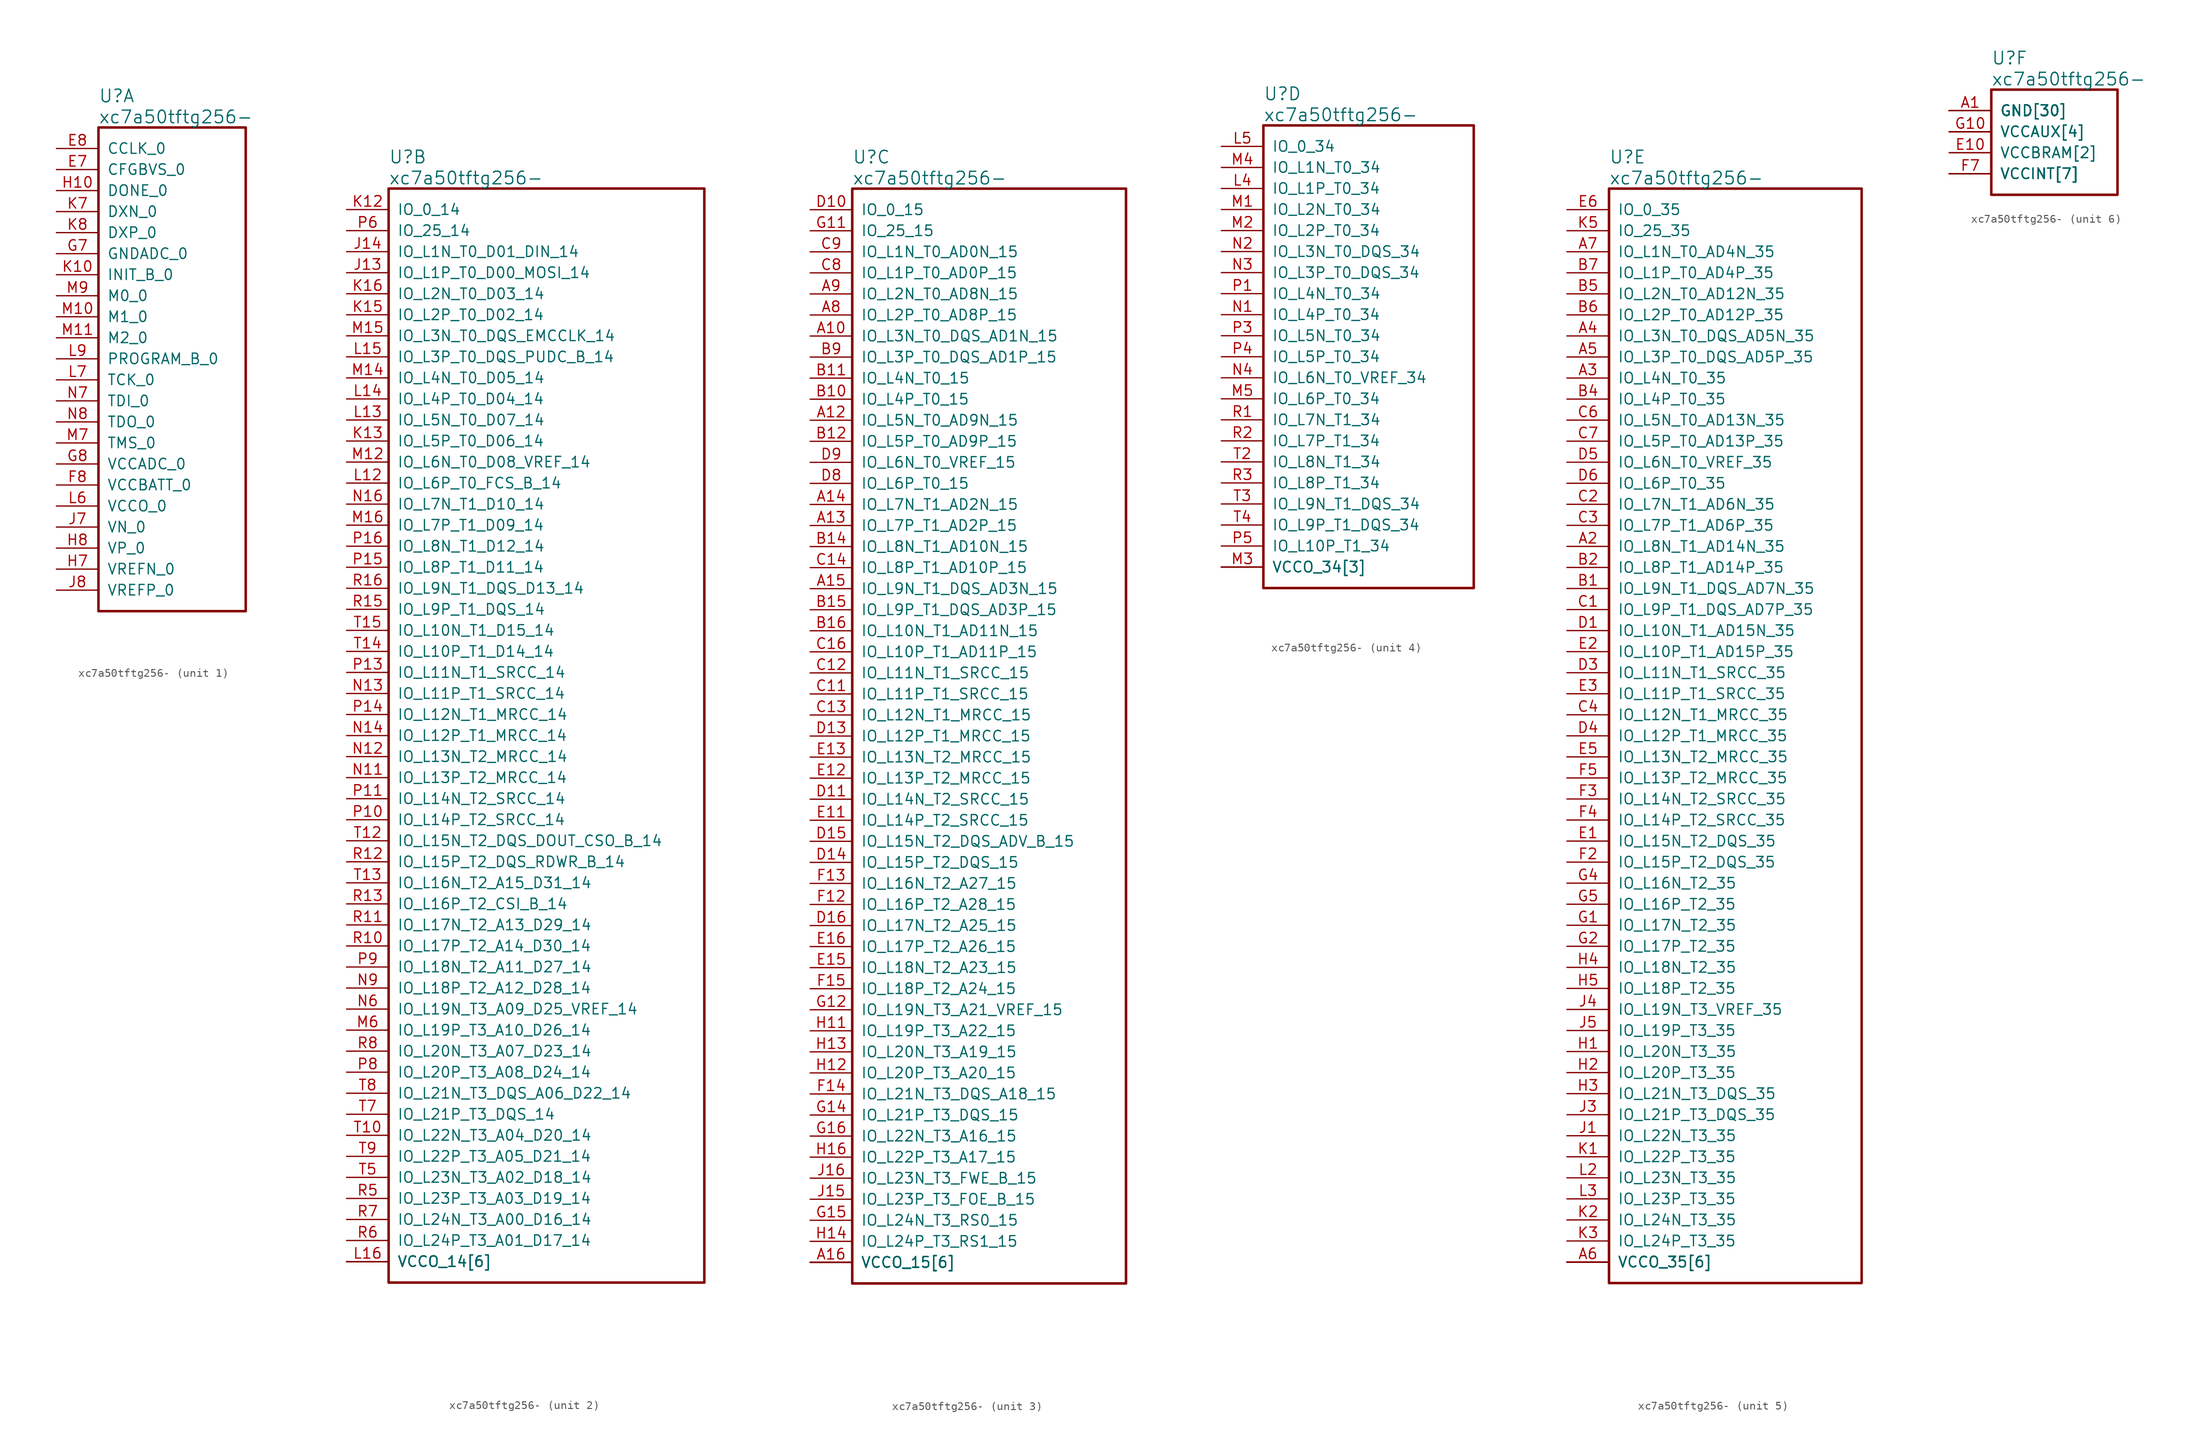
<source format=kicad_sym>
(kicad_symbol_lib
  (version 20231120)
  (generator "kicad_symbol_editor")
  (generator_version "8.0")
  (symbol "xc7a50tftg256-"
    (pin_names
      (offset 1.016))
    (property "Reference" "U"
      (at 5.08 6.35 0)
      (effects (font (size 1.524 1.524)) (justify left)))
    (property "Value" "xc7a50tftg256-"
      (at 5.08 3.81 0)
      (effects (font (size 1.524 1.524)) (justify left)))
    (property "ki_locked" ""
      (at 0 0 0)
      (effects (font (size 1.27 1.27))))
    (symbol "xc7a50tftg256-_1_1"
      (rectangle (start 5.08 2.54) (end 22.86 -55.88) (stroke (width 0.305) (type solid)) (fill (type none)))
      (pin input line (at 0 -2.54 0) (length 5.08) (name "CFGBVS_0" (effects (font (size 1.27 1.27)))) (number "E7" (effects (font (size 1.27 1.27)))))
      (pin input line (at 0 0 0) (length 5.08) (name "CCLK_0" (effects (font (size 1.27 1.27)))) (number "E8" (effects (font (size 1.27 1.27)))))
      (pin power_in line (at 0 -40.64 0) (length 5.08) (name "VCCBATT_0" (effects (font (size 1.27 1.27)))) (number "F8" (effects (font (size 1.27 1.27)))))
      (pin power_in line (at 0 -12.7 0) (length 5.08) (name "GNDADC_0" (effects (font (size 1.27 1.27)))) (number "G7" (effects (font (size 1.27 1.27)))))
      (pin power_in line (at 0 -38.1 0) (length 5.08) (name "VCCADC_0" (effects (font (size 1.27 1.27)))) (number "G8" (effects (font (size 1.27 1.27)))))
      (pin output line (at 0 -5.08 0) (length 5.08) (name "DONE_0" (effects (font (size 1.27 1.27)))) (number "H10" (effects (font (size 1.27 1.27)))))
      (pin input line (at 0 -50.8 0) (length 5.08) (name "VREFN_0" (effects (font (size 1.27 1.27)))) (number "H7" (effects (font (size 1.27 1.27)))))
      (pin input line (at 0 -48.26 0) (length 5.08) (name "VP_0" (effects (font (size 1.27 1.27)))) (number "H8" (effects (font (size 1.27 1.27)))))
      (pin input line (at 0 -45.72 0) (length 5.08) (name "VN_0" (effects (font (size 1.27 1.27)))) (number "J7" (effects (font (size 1.27 1.27)))))
      (pin input line (at 0 -53.34 0) (length 5.08) (name "VREFP_0" (effects (font (size 1.27 1.27)))) (number "J8" (effects (font (size 1.27 1.27)))))
      (pin input line (at 0 -15.24 0) (length 5.08) (name "INIT_B_0" (effects (font (size 1.27 1.27)))) (number "K10" (effects (font (size 1.27 1.27)))))
      (pin passive line (at 0 -7.62 0) (length 5.08) (name "DXN_0" (effects (font (size 1.27 1.27)))) (number "K7" (effects (font (size 1.27 1.27)))))
      (pin passive line (at 0 -10.16 0) (length 5.08) (name "DXP_0" (effects (font (size 1.27 1.27)))) (number "K8" (effects (font (size 1.27 1.27)))))
      (pin power_in line (at 0 -43.18 0) (length 5.08) (name "VCCO_0" (effects (font (size 1.27 1.27)))) (number "L6" (effects (font (size 1.27 1.27)))))
      (pin input line (at 0 -27.94 0) (length 5.08) (name "TCK_0" (effects (font (size 1.27 1.27)))) (number "L7" (effects (font (size 1.27 1.27)))))
      (pin input line (at 0 -25.4 0) (length 5.08) (name "PROGRAM_B_0" (effects (font (size 1.27 1.27)))) (number "L9" (effects (font (size 1.27 1.27)))))
      (pin input line (at 0 -20.32 0) (length 5.08) (name "M1_0" (effects (font (size 1.27 1.27)))) (number "M10" (effects (font (size 1.27 1.27)))))
      (pin input line (at 0 -22.86 0) (length 5.08) (name "M2_0" (effects (font (size 1.27 1.27)))) (number "M11" (effects (font (size 1.27 1.27)))))
      (pin input line (at 0 -35.56 0) (length 5.08) (name "TMS_0" (effects (font (size 1.27 1.27)))) (number "M7" (effects (font (size 1.27 1.27)))))
      (pin input line (at 0 -17.78 0) (length 5.08) (name "M0_0" (effects (font (size 1.27 1.27)))) (number "M9" (effects (font (size 1.27 1.27)))))
      (pin input line (at 0 -30.48 0) (length 5.08) (name "TDI_0" (effects (font (size 1.27 1.27)))) (number "N7" (effects (font (size 1.27 1.27)))))
      (pin output line (at 0 -33.02 0) (length 5.08) (name "TDO_0" (effects (font (size 1.27 1.27)))) (number "N8" (effects (font (size 1.27 1.27))))))
    (symbol "xc7a50tftg256-_2_1"
      (rectangle (start 5.08 2.54) (end 43.18 -129.54) (stroke (width 0.305) (type solid)) (fill (type none)))
      (pin bidirectional line (at 0 -7.62 0) (length 5.08) (name "IO_L1P_T0_D00_MOSI_14" (effects (font (size 1.27 1.27)))) (number "J13" (effects (font (size 1.27 1.27)))))
      (pin bidirectional line (at 0 -5.08 0) (length 5.08) (name "IO_L1N_T0_D01_DIN_14" (effects (font (size 1.27 1.27)))) (number "J14" (effects (font (size 1.27 1.27)))))
      (pin bidirectional line (at 0 0 0) (length 5.08) (name "IO_0_14" (effects (font (size 1.27 1.27)))) (number "K12" (effects (font (size 1.27 1.27)))))
      (pin bidirectional line (at 0 -27.94 0) (length 5.08) (name "IO_L5P_T0_D06_14" (effects (font (size 1.27 1.27)))) (number "K13" (effects (font (size 1.27 1.27)))))
      (pin bidirectional line (at 0 -12.7 0) (length 5.08) (name "IO_L2P_T0_D02_14" (effects (font (size 1.27 1.27)))) (number "K15" (effects (font (size 1.27 1.27)))))
      (pin bidirectional line (at 0 -10.16 0) (length 5.08) (name "IO_L2N_T0_D03_14" (effects (font (size 1.27 1.27)))) (number "K16" (effects (font (size 1.27 1.27)))))
      (pin bidirectional line (at 0 -33.02 0) (length 5.08) (name "IO_L6P_T0_FCS_B_14" (effects (font (size 1.27 1.27)))) (number "L12" (effects (font (size 1.27 1.27)))))
      (pin bidirectional line (at 0 -25.4 0) (length 5.08) (name "IO_L5N_T0_D07_14" (effects (font (size 1.27 1.27)))) (number "L13" (effects (font (size 1.27 1.27)))))
      (pin bidirectional line (at 0 -22.86 0) (length 5.08) (name "IO_L4P_T0_D04_14" (effects (font (size 1.27 1.27)))) (number "L14" (effects (font (size 1.27 1.27)))))
      (pin bidirectional line (at 0 -17.78 0) (length 5.08) (name "IO_L3P_T0_DQS_PUDC_B_14" (effects (font (size 1.27 1.27)))) (number "L15" (effects (font (size 1.27 1.27)))))
      (pin power_in line (at 0 -127 0) (length 5.08) (name "VCCO_14[6]" (effects (font (size 1.27 1.27)))) (number "L16" (effects (font (size 1.27 1.27)))))
      (pin bidirectional line (at 0 -30.48 0) (length 5.08) (name "IO_L6N_T0_D08_VREF_14" (effects (font (size 1.27 1.27)))) (number "M12" (effects (font (size 1.27 1.27)))))
      (pin power_in line (at 0 -127 0) (length 5.08) (name "VCCO_14[6]" (effects (font (size 1.27 1.27)))) (number "M13" (effects (font (size 0 0)))))
      (pin bidirectional line (at 0 -20.32 0) (length 5.08) (name "IO_L4N_T0_D05_14" (effects (font (size 1.27 1.27)))) (number "M14" (effects (font (size 1.27 1.27)))))
      (pin bidirectional line (at 0 -15.24 0) (length 5.08) (name "IO_L3N_T0_DQS_EMCCLK_14" (effects (font (size 1.27 1.27)))) (number "M15" (effects (font (size 1.27 1.27)))))
      (pin bidirectional line (at 0 -38.1 0) (length 5.08) (name "IO_L7P_T1_D09_14" (effects (font (size 1.27 1.27)))) (number "M16" (effects (font (size 1.27 1.27)))))
      (pin bidirectional line (at 0 -99.06 0) (length 5.08) (name "IO_L19P_T3_A10_D26_14" (effects (font (size 1.27 1.27)))) (number "M6" (effects (font (size 1.27 1.27)))))
      (pin power_in line (at 0 -127 0) (length 5.08) (name "VCCO_14[6]" (effects (font (size 1.27 1.27)))) (number "N10" (effects (font (size 0 0)))))
      (pin bidirectional line (at 0 -68.58 0) (length 5.08) (name "IO_L13P_T2_MRCC_14" (effects (font (size 1.27 1.27)))) (number "N11" (effects (font (size 1.27 1.27)))))
      (pin bidirectional line (at 0 -66.04 0) (length 5.08) (name "IO_L13N_T2_MRCC_14" (effects (font (size 1.27 1.27)))) (number "N12" (effects (font (size 1.27 1.27)))))
      (pin bidirectional line (at 0 -58.42 0) (length 5.08) (name "IO_L11P_T1_SRCC_14" (effects (font (size 1.27 1.27)))) (number "N13" (effects (font (size 1.27 1.27)))))
      (pin bidirectional line (at 0 -63.5 0) (length 5.08) (name "IO_L12P_T1_MRCC_14" (effects (font (size 1.27 1.27)))) (number "N14" (effects (font (size 1.27 1.27)))))
      (pin bidirectional line (at 0 -35.56 0) (length 5.08) (name "IO_L7N_T1_D10_14" (effects (font (size 1.27 1.27)))) (number "N16" (effects (font (size 1.27 1.27)))))
      (pin bidirectional line (at 0 -96.52 0) (length 5.08) (name "IO_L19N_T3_A09_D25_VREF_14" (effects (font (size 1.27 1.27)))) (number "N6" (effects (font (size 1.27 1.27)))))
      (pin bidirectional line (at 0 -93.98 0) (length 5.08) (name "IO_L18P_T2_A12_D28_14" (effects (font (size 1.27 1.27)))) (number "N9" (effects (font (size 1.27 1.27)))))
      (pin bidirectional line (at 0 -73.66 0) (length 5.08) (name "IO_L14P_T2_SRCC_14" (effects (font (size 1.27 1.27)))) (number "P10" (effects (font (size 1.27 1.27)))))
      (pin bidirectional line (at 0 -71.12 0) (length 5.08) (name "IO_L14N_T2_SRCC_14" (effects (font (size 1.27 1.27)))) (number "P11" (effects (font (size 1.27 1.27)))))
      (pin bidirectional line (at 0 -55.88 0) (length 5.08) (name "IO_L11N_T1_SRCC_14" (effects (font (size 1.27 1.27)))) (number "P13" (effects (font (size 1.27 1.27)))))
      (pin bidirectional line (at 0 -60.96 0) (length 5.08) (name "IO_L12N_T1_MRCC_14" (effects (font (size 1.27 1.27)))) (number "P14" (effects (font (size 1.27 1.27)))))
      (pin bidirectional line (at 0 -43.18 0) (length 5.08) (name "IO_L8P_T1_D11_14" (effects (font (size 1.27 1.27)))) (number "P15" (effects (font (size 1.27 1.27)))))
      (pin bidirectional line (at 0 -40.64 0) (length 5.08) (name "IO_L8N_T1_D12_14" (effects (font (size 1.27 1.27)))) (number "P16" (effects (font (size 1.27 1.27)))))
      (pin bidirectional line (at 0 -2.54 0) (length 5.08) (name "IO_25_14" (effects (font (size 1.27 1.27)))) (number "P6" (effects (font (size 1.27 1.27)))))
      (pin power_in line (at 0 -127 0) (length 5.08) (name "VCCO_14[6]" (effects (font (size 1.27 1.27)))) (number "P7" (effects (font (size 0 0)))))
      (pin bidirectional line (at 0 -104.14 0) (length 5.08) (name "IO_L20P_T3_A08_D24_14" (effects (font (size 1.27 1.27)))) (number "P8" (effects (font (size 1.27 1.27)))))
      (pin bidirectional line (at 0 -91.44 0) (length 5.08) (name "IO_L18N_T2_A11_D27_14" (effects (font (size 1.27 1.27)))) (number "P9" (effects (font (size 1.27 1.27)))))
      (pin bidirectional line (at 0 -88.9 0) (length 5.08) (name "IO_L17P_T2_A14_D30_14" (effects (font (size 1.27 1.27)))) (number "R10" (effects (font (size 1.27 1.27)))))
      (pin bidirectional line (at 0 -86.36 0) (length 5.08) (name "IO_L17N_T2_A13_D29_14" (effects (font (size 1.27 1.27)))) (number "R11" (effects (font (size 1.27 1.27)))))
      (pin bidirectional line (at 0 -78.74 0) (length 5.08) (name "IO_L15P_T2_DQS_RDWR_B_14" (effects (font (size 1.27 1.27)))) (number "R12" (effects (font (size 1.27 1.27)))))
      (pin bidirectional line (at 0 -83.82 0) (length 5.08) (name "IO_L16P_T2_CSI_B_14" (effects (font (size 1.27 1.27)))) (number "R13" (effects (font (size 1.27 1.27)))))
      (pin power_in line (at 0 -127 0) (length 5.08) (name "VCCO_14[6]" (effects (font (size 1.27 1.27)))) (number "R14" (effects (font (size 0 0)))))
      (pin bidirectional line (at 0 -48.26 0) (length 5.08) (name "IO_L9P_T1_DQS_14" (effects (font (size 1.27 1.27)))) (number "R15" (effects (font (size 1.27 1.27)))))
      (pin bidirectional line (at 0 -45.72 0) (length 5.08) (name "IO_L9N_T1_DQS_D13_14" (effects (font (size 1.27 1.27)))) (number "R16" (effects (font (size 1.27 1.27)))))
      (pin bidirectional line (at 0 -119.38 0) (length 5.08) (name "IO_L23P_T3_A03_D19_14" (effects (font (size 1.27 1.27)))) (number "R5" (effects (font (size 1.27 1.27)))))
      (pin bidirectional line (at 0 -124.46 0) (length 5.08) (name "IO_L24P_T3_A01_D17_14" (effects (font (size 1.27 1.27)))) (number "R6" (effects (font (size 1.27 1.27)))))
      (pin bidirectional line (at 0 -121.92 0) (length 5.08) (name "IO_L24N_T3_A00_D16_14" (effects (font (size 1.27 1.27)))) (number "R7" (effects (font (size 1.27 1.27)))))
      (pin bidirectional line (at 0 -101.6 0) (length 5.08) (name "IO_L20N_T3_A07_D23_14" (effects (font (size 1.27 1.27)))) (number "R8" (effects (font (size 1.27 1.27)))))
      (pin bidirectional line (at 0 -111.76 0) (length 5.08) (name "IO_L22N_T3_A04_D20_14" (effects (font (size 1.27 1.27)))) (number "T10" (effects (font (size 1.27 1.27)))))
      (pin power_in line (at 0 -127 0) (length 5.08) (name "VCCO_14[6]" (effects (font (size 1.27 1.27)))) (number "T11" (effects (font (size 0 0)))))
      (pin bidirectional line (at 0 -76.2 0) (length 5.08) (name "IO_L15N_T2_DQS_DOUT_CSO_B_14" (effects (font (size 1.27 1.27)))) (number "T12" (effects (font (size 1.27 1.27)))))
      (pin bidirectional line (at 0 -81.28 0) (length 5.08) (name "IO_L16N_T2_A15_D31_14" (effects (font (size 1.27 1.27)))) (number "T13" (effects (font (size 1.27 1.27)))))
      (pin bidirectional line (at 0 -53.34 0) (length 5.08) (name "IO_L10P_T1_D14_14" (effects (font (size 1.27 1.27)))) (number "T14" (effects (font (size 1.27 1.27)))))
      (pin bidirectional line (at 0 -50.8 0) (length 5.08) (name "IO_L10N_T1_D15_14" (effects (font (size 1.27 1.27)))) (number "T15" (effects (font (size 1.27 1.27)))))
      (pin bidirectional line (at 0 -116.84 0) (length 5.08) (name "IO_L23N_T3_A02_D18_14" (effects (font (size 1.27 1.27)))) (number "T5" (effects (font (size 1.27 1.27)))))
      (pin bidirectional line (at 0 -109.22 0) (length 5.08) (name "IO_L21P_T3_DQS_14" (effects (font (size 1.27 1.27)))) (number "T7" (effects (font (size 1.27 1.27)))))
      (pin bidirectional line (at 0 -106.68 0) (length 5.08) (name "IO_L21N_T3_DQS_A06_D22_14" (effects (font (size 1.27 1.27)))) (number "T8" (effects (font (size 1.27 1.27)))))
      (pin bidirectional line (at 0 -114.3 0) (length 5.08) (name "IO_L22P_T3_A05_D21_14" (effects (font (size 1.27 1.27)))) (number "T9" (effects (font (size 1.27 1.27))))))
    (symbol "xc7a50tftg256-_3_1"
      (rectangle (start 5.08 2.54) (end 38.1 -129.54) (stroke (width 0.305) (type solid)) (fill (type none)))
      (pin bidirectional line (at 0 -15.24 0) (length 5.08) (name "IO_L3N_T0_DQS_AD1N_15" (effects (font (size 1.27 1.27)))) (number "A10" (effects (font (size 1.27 1.27)))))
      (pin bidirectional line (at 0 -25.4 0) (length 5.08) (name "IO_L5N_T0_AD9N_15" (effects (font (size 1.27 1.27)))) (number "A12" (effects (font (size 1.27 1.27)))))
      (pin bidirectional line (at 0 -38.1 0) (length 5.08) (name "IO_L7P_T1_AD2P_15" (effects (font (size 1.27 1.27)))) (number "A13" (effects (font (size 1.27 1.27)))))
      (pin bidirectional line (at 0 -35.56 0) (length 5.08) (name "IO_L7N_T1_AD2N_15" (effects (font (size 1.27 1.27)))) (number "A14" (effects (font (size 1.27 1.27)))))
      (pin bidirectional line (at 0 -45.72 0) (length 5.08) (name "IO_L9N_T1_DQS_AD3N_15" (effects (font (size 1.27 1.27)))) (number "A15" (effects (font (size 1.27 1.27)))))
      (pin power_in line (at 0 -127 0) (length 5.08) (name "VCCO_15[6]" (effects (font (size 1.27 1.27)))) (number "A16" (effects (font (size 1.27 1.27)))))
      (pin bidirectional line (at 0 -12.7 0) (length 5.08) (name "IO_L2P_T0_AD8P_15" (effects (font (size 1.27 1.27)))) (number "A8" (effects (font (size 1.27 1.27)))))
      (pin bidirectional line (at 0 -10.16 0) (length 5.08) (name "IO_L2N_T0_AD8N_15" (effects (font (size 1.27 1.27)))) (number "A9" (effects (font (size 1.27 1.27)))))
      (pin bidirectional line (at 0 -22.86 0) (length 5.08) (name "IO_L4P_T0_15" (effects (font (size 1.27 1.27)))) (number "B10" (effects (font (size 1.27 1.27)))))
      (pin bidirectional line (at 0 -20.32 0) (length 5.08) (name "IO_L4N_T0_15" (effects (font (size 1.27 1.27)))) (number "B11" (effects (font (size 1.27 1.27)))))
      (pin bidirectional line (at 0 -27.94 0) (length 5.08) (name "IO_L5P_T0_AD9P_15" (effects (font (size 1.27 1.27)))) (number "B12" (effects (font (size 1.27 1.27)))))
      (pin power_in line (at 0 -127 0) (length 5.08) (name "VCCO_15[6]" (effects (font (size 1.27 1.27)))) (number "B13" (effects (font (size 0 0)))))
      (pin bidirectional line (at 0 -40.64 0) (length 5.08) (name "IO_L8N_T1_AD10N_15" (effects (font (size 1.27 1.27)))) (number "B14" (effects (font (size 1.27 1.27)))))
      (pin bidirectional line (at 0 -48.26 0) (length 5.08) (name "IO_L9P_T1_DQS_AD3P_15" (effects (font (size 1.27 1.27)))) (number "B15" (effects (font (size 1.27 1.27)))))
      (pin bidirectional line (at 0 -50.8 0) (length 5.08) (name "IO_L10N_T1_AD11N_15" (effects (font (size 1.27 1.27)))) (number "B16" (effects (font (size 1.27 1.27)))))
      (pin bidirectional line (at 0 -17.78 0) (length 5.08) (name "IO_L3P_T0_DQS_AD1P_15" (effects (font (size 1.27 1.27)))) (number "B9" (effects (font (size 1.27 1.27)))))
      (pin power_in line (at 0 -127 0) (length 5.08) (name "VCCO_15[6]" (effects (font (size 1.27 1.27)))) (number "C10" (effects (font (size 0 0)))))
      (pin bidirectional line (at 0 -58.42 0) (length 5.08) (name "IO_L11P_T1_SRCC_15" (effects (font (size 1.27 1.27)))) (number "C11" (effects (font (size 1.27 1.27)))))
      (pin bidirectional line (at 0 -55.88 0) (length 5.08) (name "IO_L11N_T1_SRCC_15" (effects (font (size 1.27 1.27)))) (number "C12" (effects (font (size 1.27 1.27)))))
      (pin bidirectional line (at 0 -60.96 0) (length 5.08) (name "IO_L12N_T1_MRCC_15" (effects (font (size 1.27 1.27)))) (number "C13" (effects (font (size 1.27 1.27)))))
      (pin bidirectional line (at 0 -43.18 0) (length 5.08) (name "IO_L8P_T1_AD10P_15" (effects (font (size 1.27 1.27)))) (number "C14" (effects (font (size 1.27 1.27)))))
      (pin bidirectional line (at 0 -53.34 0) (length 5.08) (name "IO_L10P_T1_AD11P_15" (effects (font (size 1.27 1.27)))) (number "C16" (effects (font (size 1.27 1.27)))))
      (pin bidirectional line (at 0 -7.62 0) (length 5.08) (name "IO_L1P_T0_AD0P_15" (effects (font (size 1.27 1.27)))) (number "C8" (effects (font (size 1.27 1.27)))))
      (pin bidirectional line (at 0 -5.08 0) (length 5.08) (name "IO_L1N_T0_AD0N_15" (effects (font (size 1.27 1.27)))) (number "C9" (effects (font (size 1.27 1.27)))))
      (pin bidirectional line (at 0 0 0) (length 5.08) (name "IO_0_15" (effects (font (size 1.27 1.27)))) (number "D10" (effects (font (size 1.27 1.27)))))
      (pin bidirectional line (at 0 -71.12 0) (length 5.08) (name "IO_L14N_T2_SRCC_15" (effects (font (size 1.27 1.27)))) (number "D11" (effects (font (size 1.27 1.27)))))
      (pin bidirectional line (at 0 -63.5 0) (length 5.08) (name "IO_L12P_T1_MRCC_15" (effects (font (size 1.27 1.27)))) (number "D13" (effects (font (size 1.27 1.27)))))
      (pin bidirectional line (at 0 -78.74 0) (length 5.08) (name "IO_L15P_T2_DQS_15" (effects (font (size 1.27 1.27)))) (number "D14" (effects (font (size 1.27 1.27)))))
      (pin bidirectional line (at 0 -76.2 0) (length 5.08) (name "IO_L15N_T2_DQS_ADV_B_15" (effects (font (size 1.27 1.27)))) (number "D15" (effects (font (size 1.27 1.27)))))
      (pin bidirectional line (at 0 -86.36 0) (length 5.08) (name "IO_L17N_T2_A25_15" (effects (font (size 1.27 1.27)))) (number "D16" (effects (font (size 1.27 1.27)))))
      (pin bidirectional line (at 0 -33.02 0) (length 5.08) (name "IO_L6P_T0_15" (effects (font (size 1.27 1.27)))) (number "D8" (effects (font (size 1.27 1.27)))))
      (pin bidirectional line (at 0 -30.48 0) (length 5.08) (name "IO_L6N_T0_VREF_15" (effects (font (size 1.27 1.27)))) (number "D9" (effects (font (size 1.27 1.27)))))
      (pin bidirectional line (at 0 -73.66 0) (length 5.08) (name "IO_L14P_T2_SRCC_15" (effects (font (size 1.27 1.27)))) (number "E11" (effects (font (size 1.27 1.27)))))
      (pin bidirectional line (at 0 -68.58 0) (length 5.08) (name "IO_L13P_T2_MRCC_15" (effects (font (size 1.27 1.27)))) (number "E12" (effects (font (size 1.27 1.27)))))
      (pin bidirectional line (at 0 -66.04 0) (length 5.08) (name "IO_L13N_T2_MRCC_15" (effects (font (size 1.27 1.27)))) (number "E13" (effects (font (size 1.27 1.27)))))
      (pin power_in line (at 0 -127 0) (length 5.08) (name "VCCO_15[6]" (effects (font (size 1.27 1.27)))) (number "E14" (effects (font (size 0 0)))))
      (pin bidirectional line (at 0 -91.44 0) (length 5.08) (name "IO_L18N_T2_A23_15" (effects (font (size 1.27 1.27)))) (number "E15" (effects (font (size 1.27 1.27)))))
      (pin bidirectional line (at 0 -88.9 0) (length 5.08) (name "IO_L17P_T2_A26_15" (effects (font (size 1.27 1.27)))) (number "E16" (effects (font (size 1.27 1.27)))))
      (pin bidirectional line (at 0 -83.82 0) (length 5.08) (name "IO_L16P_T2_A28_15" (effects (font (size 1.27 1.27)))) (number "F12" (effects (font (size 1.27 1.27)))))
      (pin bidirectional line (at 0 -81.28 0) (length 5.08) (name "IO_L16N_T2_A27_15" (effects (font (size 1.27 1.27)))) (number "F13" (effects (font (size 1.27 1.27)))))
      (pin bidirectional line (at 0 -106.68 0) (length 5.08) (name "IO_L21N_T3_DQS_A18_15" (effects (font (size 1.27 1.27)))) (number "F14" (effects (font (size 1.27 1.27)))))
      (pin bidirectional line (at 0 -93.98 0) (length 5.08) (name "IO_L18P_T2_A24_15" (effects (font (size 1.27 1.27)))) (number "F15" (effects (font (size 1.27 1.27)))))
      (pin bidirectional line (at 0 -2.54 0) (length 5.08) (name "IO_25_15" (effects (font (size 1.27 1.27)))) (number "G11" (effects (font (size 1.27 1.27)))))
      (pin bidirectional line (at 0 -96.52 0) (length 5.08) (name "IO_L19N_T3_A21_VREF_15" (effects (font (size 1.27 1.27)))) (number "G12" (effects (font (size 1.27 1.27)))))
      (pin bidirectional line (at 0 -109.22 0) (length 5.08) (name "IO_L21P_T3_DQS_15" (effects (font (size 1.27 1.27)))) (number "G14" (effects (font (size 1.27 1.27)))))
      (pin bidirectional line (at 0 -121.92 0) (length 5.08) (name "IO_L24N_T3_RS0_15" (effects (font (size 1.27 1.27)))) (number "G15" (effects (font (size 1.27 1.27)))))
      (pin bidirectional line (at 0 -111.76 0) (length 5.08) (name "IO_L22N_T3_A16_15" (effects (font (size 1.27 1.27)))) (number "G16" (effects (font (size 1.27 1.27)))))
      (pin bidirectional line (at 0 -99.06 0) (length 5.08) (name "IO_L19P_T3_A22_15" (effects (font (size 1.27 1.27)))) (number "H11" (effects (font (size 1.27 1.27)))))
      (pin bidirectional line (at 0 -104.14 0) (length 5.08) (name "IO_L20P_T3_A20_15" (effects (font (size 1.27 1.27)))) (number "H12" (effects (font (size 1.27 1.27)))))
      (pin bidirectional line (at 0 -101.6 0) (length 5.08) (name "IO_L20N_T3_A19_15" (effects (font (size 1.27 1.27)))) (number "H13" (effects (font (size 1.27 1.27)))))
      (pin bidirectional line (at 0 -124.46 0) (length 5.08) (name "IO_L24P_T3_RS1_15" (effects (font (size 1.27 1.27)))) (number "H14" (effects (font (size 1.27 1.27)))))
      (pin power_in line (at 0 -127 0) (length 5.08) (name "VCCO_15[6]" (effects (font (size 1.27 1.27)))) (number "H15" (effects (font (size 0 0)))))
      (pin bidirectional line (at 0 -114.3 0) (length 5.08) (name "IO_L22P_T3_A17_15" (effects (font (size 1.27 1.27)))) (number "H16" (effects (font (size 1.27 1.27)))))
      (pin power_in line (at 0 -127 0) (length 5.08) (name "VCCO_15[6]" (effects (font (size 1.27 1.27)))) (number "J12" (effects (font (size 0 0)))))
      (pin bidirectional line (at 0 -119.38 0) (length 5.08) (name "IO_L23P_T3_FOE_B_15" (effects (font (size 1.27 1.27)))) (number "J15" (effects (font (size 1.27 1.27)))))
      (pin bidirectional line (at 0 -116.84 0) (length 5.08) (name "IO_L23N_T3_FWE_B_15" (effects (font (size 1.27 1.27)))) (number "J16" (effects (font (size 1.27 1.27))))))
    (symbol "xc7a50tftg256-_4_1"
      (rectangle (start 5.08 2.54) (end 30.48 -53.34) (stroke (width 0.305) (type solid)) (fill (type none)))
      (pin bidirectional line (at 0 -5.08 0) (length 5.08) (name "IO_L1P_T0_34" (effects (font (size 1.27 1.27)))) (number "L4" (effects (font (size 1.27 1.27)))))
      (pin bidirectional line (at 0 0 0) (length 5.08) (name "IO_0_34" (effects (font (size 1.27 1.27)))) (number "L5" (effects (font (size 1.27 1.27)))))
      (pin bidirectional line (at 0 -7.62 0) (length 5.08) (name "IO_L2N_T0_34" (effects (font (size 1.27 1.27)))) (number "M1" (effects (font (size 1.27 1.27)))))
      (pin bidirectional line (at 0 -10.16 0) (length 5.08) (name "IO_L2P_T0_34" (effects (font (size 1.27 1.27)))) (number "M2" (effects (font (size 1.27 1.27)))))
      (pin power_in line (at 0 -50.8 0) (length 5.08) (name "VCCO_34[3]" (effects (font (size 1.27 1.27)))) (number "M3" (effects (font (size 1.27 1.27)))))
      (pin bidirectional line (at 0 -2.54 0) (length 5.08) (name "IO_L1N_T0_34" (effects (font (size 1.27 1.27)))) (number "M4" (effects (font (size 1.27 1.27)))))
      (pin bidirectional line (at 0 -30.48 0) (length 5.08) (name "IO_L6P_T0_34" (effects (font (size 1.27 1.27)))) (number "M5" (effects (font (size 1.27 1.27)))))
      (pin bidirectional line (at 0 -20.32 0) (length 5.08) (name "IO_L4P_T0_34" (effects (font (size 1.27 1.27)))) (number "N1" (effects (font (size 1.27 1.27)))))
      (pin bidirectional line (at 0 -12.7 0) (length 5.08) (name "IO_L3N_T0_DQS_34" (effects (font (size 1.27 1.27)))) (number "N2" (effects (font (size 1.27 1.27)))))
      (pin bidirectional line (at 0 -15.24 0) (length 5.08) (name "IO_L3P_T0_DQS_34" (effects (font (size 1.27 1.27)))) (number "N3" (effects (font (size 1.27 1.27)))))
      (pin bidirectional line (at 0 -27.94 0) (length 5.08) (name "IO_L6N_T0_VREF_34" (effects (font (size 1.27 1.27)))) (number "N4" (effects (font (size 1.27 1.27)))))
      (pin bidirectional line (at 0 -17.78 0) (length 5.08) (name "IO_L4N_T0_34" (effects (font (size 1.27 1.27)))) (number "P1" (effects (font (size 1.27 1.27)))))
      (pin bidirectional line (at 0 -22.86 0) (length 5.08) (name "IO_L5N_T0_34" (effects (font (size 1.27 1.27)))) (number "P3" (effects (font (size 1.27 1.27)))))
      (pin bidirectional line (at 0 -25.4 0) (length 5.08) (name "IO_L5P_T0_34" (effects (font (size 1.27 1.27)))) (number "P4" (effects (font (size 1.27 1.27)))))
      (pin bidirectional line (at 0 -48.26 0) (length 5.08) (name "IO_L10P_T1_34" (effects (font (size 1.27 1.27)))) (number "P5" (effects (font (size 1.27 1.27)))))
      (pin bidirectional line (at 0 -33.02 0) (length 5.08) (name "IO_L7N_T1_34" (effects (font (size 1.27 1.27)))) (number "R1" (effects (font (size 1.27 1.27)))))
      (pin bidirectional line (at 0 -35.56 0) (length 5.08) (name "IO_L7P_T1_34" (effects (font (size 1.27 1.27)))) (number "R2" (effects (font (size 1.27 1.27)))))
      (pin bidirectional line (at 0 -40.64 0) (length 5.08) (name "IO_L8P_T1_34" (effects (font (size 1.27 1.27)))) (number "R3" (effects (font (size 1.27 1.27)))))
      (pin power_in line (at 0 -50.8 0) (length 5.08) (name "VCCO_34[3]" (effects (font (size 1.27 1.27)))) (number "R4" (effects (font (size 0 0)))))
      (pin power_in line (at 0 -50.8 0) (length 5.08) (name "VCCO_34[3]" (effects (font (size 1.27 1.27)))) (number "T1" (effects (font (size 0 0)))))
      (pin bidirectional line (at 0 -38.1 0) (length 5.08) (name "IO_L8N_T1_34" (effects (font (size 1.27 1.27)))) (number "T2" (effects (font (size 1.27 1.27)))))
      (pin bidirectional line (at 0 -43.18 0) (length 5.08) (name "IO_L9N_T1_DQS_34" (effects (font (size 1.27 1.27)))) (number "T3" (effects (font (size 1.27 1.27)))))
      (pin bidirectional line (at 0 -45.72 0) (length 5.08) (name "IO_L9P_T1_DQS_34" (effects (font (size 1.27 1.27)))) (number "T4" (effects (font (size 1.27 1.27))))))
    (symbol "xc7a50tftg256-_5_1"
      (rectangle (start 5.08 2.54) (end 35.56 -129.54) (stroke (width 0.305) (type solid)) (fill (type none)))
      (pin bidirectional line (at 0 -40.64 0) (length 5.08) (name "IO_L8N_T1_AD14N_35" (effects (font (size 1.27 1.27)))) (number "A2" (effects (font (size 1.27 1.27)))))
      (pin bidirectional line (at 0 -20.32 0) (length 5.08) (name "IO_L4N_T0_35" (effects (font (size 1.27 1.27)))) (number "A3" (effects (font (size 1.27 1.27)))))
      (pin bidirectional line (at 0 -15.24 0) (length 5.08) (name "IO_L3N_T0_DQS_AD5N_35" (effects (font (size 1.27 1.27)))) (number "A4" (effects (font (size 1.27 1.27)))))
      (pin bidirectional line (at 0 -17.78 0) (length 5.08) (name "IO_L3P_T0_DQS_AD5P_35" (effects (font (size 1.27 1.27)))) (number "A5" (effects (font (size 1.27 1.27)))))
      (pin power_in line (at 0 -127 0) (length 5.08) (name "VCCO_35[6]" (effects (font (size 1.27 1.27)))) (number "A6" (effects (font (size 1.27 1.27)))))
      (pin bidirectional line (at 0 -5.08 0) (length 5.08) (name "IO_L1N_T0_AD4N_35" (effects (font (size 1.27 1.27)))) (number "A7" (effects (font (size 1.27 1.27)))))
      (pin bidirectional line (at 0 -45.72 0) (length 5.08) (name "IO_L9N_T1_DQS_AD7N_35" (effects (font (size 1.27 1.27)))) (number "B1" (effects (font (size 1.27 1.27)))))
      (pin bidirectional line (at 0 -43.18 0) (length 5.08) (name "IO_L8P_T1_AD14P_35" (effects (font (size 1.27 1.27)))) (number "B2" (effects (font (size 1.27 1.27)))))
      (pin power_in line (at 0 -127 0) (length 5.08) (name "VCCO_35[6]" (effects (font (size 1.27 1.27)))) (number "B3" (effects (font (size 0 0)))))
      (pin bidirectional line (at 0 -22.86 0) (length 5.08) (name "IO_L4P_T0_35" (effects (font (size 1.27 1.27)))) (number "B4" (effects (font (size 1.27 1.27)))))
      (pin bidirectional line (at 0 -10.16 0) (length 5.08) (name "IO_L2N_T0_AD12N_35" (effects (font (size 1.27 1.27)))) (number "B5" (effects (font (size 1.27 1.27)))))
      (pin bidirectional line (at 0 -12.7 0) (length 5.08) (name "IO_L2P_T0_AD12P_35" (effects (font (size 1.27 1.27)))) (number "B6" (effects (font (size 1.27 1.27)))))
      (pin bidirectional line (at 0 -7.62 0) (length 5.08) (name "IO_L1P_T0_AD4P_35" (effects (font (size 1.27 1.27)))) (number "B7" (effects (font (size 1.27 1.27)))))
      (pin bidirectional line (at 0 -48.26 0) (length 5.08) (name "IO_L9P_T1_DQS_AD7P_35" (effects (font (size 1.27 1.27)))) (number "C1" (effects (font (size 1.27 1.27)))))
      (pin bidirectional line (at 0 -35.56 0) (length 5.08) (name "IO_L7N_T1_AD6N_35" (effects (font (size 1.27 1.27)))) (number "C2" (effects (font (size 1.27 1.27)))))
      (pin bidirectional line (at 0 -38.1 0) (length 5.08) (name "IO_L7P_T1_AD6P_35" (effects (font (size 1.27 1.27)))) (number "C3" (effects (font (size 1.27 1.27)))))
      (pin bidirectional line (at 0 -60.96 0) (length 5.08) (name "IO_L12N_T1_MRCC_35" (effects (font (size 1.27 1.27)))) (number "C4" (effects (font (size 1.27 1.27)))))
      (pin bidirectional line (at 0 -25.4 0) (length 5.08) (name "IO_L5N_T0_AD13N_35" (effects (font (size 1.27 1.27)))) (number "C6" (effects (font (size 1.27 1.27)))))
      (pin bidirectional line (at 0 -27.94 0) (length 5.08) (name "IO_L5P_T0_AD13P_35" (effects (font (size 1.27 1.27)))) (number "C7" (effects (font (size 1.27 1.27)))))
      (pin bidirectional line (at 0 -50.8 0) (length 5.08) (name "IO_L10N_T1_AD15N_35" (effects (font (size 1.27 1.27)))) (number "D1" (effects (font (size 1.27 1.27)))))
      (pin bidirectional line (at 0 -55.88 0) (length 5.08) (name "IO_L11N_T1_SRCC_35" (effects (font (size 1.27 1.27)))) (number "D3" (effects (font (size 1.27 1.27)))))
      (pin bidirectional line (at 0 -63.5 0) (length 5.08) (name "IO_L12P_T1_MRCC_35" (effects (font (size 1.27 1.27)))) (number "D4" (effects (font (size 1.27 1.27)))))
      (pin bidirectional line (at 0 -30.48 0) (length 5.08) (name "IO_L6N_T0_VREF_35" (effects (font (size 1.27 1.27)))) (number "D5" (effects (font (size 1.27 1.27)))))
      (pin bidirectional line (at 0 -33.02 0) (length 5.08) (name "IO_L6P_T0_35" (effects (font (size 1.27 1.27)))) (number "D6" (effects (font (size 1.27 1.27)))))
      (pin power_in line (at 0 -127 0) (length 5.08) (name "VCCO_35[6]" (effects (font (size 1.27 1.27)))) (number "D7" (effects (font (size 0 0)))))
      (pin bidirectional line (at 0 -76.2 0) (length 5.08) (name "IO_L15N_T2_DQS_35" (effects (font (size 1.27 1.27)))) (number "E1" (effects (font (size 1.27 1.27)))))
      (pin bidirectional line (at 0 -53.34 0) (length 5.08) (name "IO_L10P_T1_AD15P_35" (effects (font (size 1.27 1.27)))) (number "E2" (effects (font (size 1.27 1.27)))))
      (pin bidirectional line (at 0 -58.42 0) (length 5.08) (name "IO_L11P_T1_SRCC_35" (effects (font (size 1.27 1.27)))) (number "E3" (effects (font (size 1.27 1.27)))))
      (pin power_in line (at 0 -127 0) (length 5.08) (name "VCCO_35[6]" (effects (font (size 1.27 1.27)))) (number "E4" (effects (font (size 0 0)))))
      (pin bidirectional line (at 0 -66.04 0) (length 5.08) (name "IO_L13N_T2_MRCC_35" (effects (font (size 1.27 1.27)))) (number "E5" (effects (font (size 1.27 1.27)))))
      (pin bidirectional line (at 0 0 0) (length 5.08) (name "IO_0_35" (effects (font (size 1.27 1.27)))) (number "E6" (effects (font (size 1.27 1.27)))))
      (pin power_in line (at 0 -127 0) (length 5.08) (name "VCCO_35[6]" (effects (font (size 1.27 1.27)))) (number "F1" (effects (font (size 0 0)))))
      (pin bidirectional line (at 0 -78.74 0) (length 5.08) (name "IO_L15P_T2_DQS_35" (effects (font (size 1.27 1.27)))) (number "F2" (effects (font (size 1.27 1.27)))))
      (pin bidirectional line (at 0 -71.12 0) (length 5.08) (name "IO_L14N_T2_SRCC_35" (effects (font (size 1.27 1.27)))) (number "F3" (effects (font (size 1.27 1.27)))))
      (pin bidirectional line (at 0 -73.66 0) (length 5.08) (name "IO_L14P_T2_SRCC_35" (effects (font (size 1.27 1.27)))) (number "F4" (effects (font (size 1.27 1.27)))))
      (pin bidirectional line (at 0 -68.58 0) (length 5.08) (name "IO_L13P_T2_MRCC_35" (effects (font (size 1.27 1.27)))) (number "F5" (effects (font (size 1.27 1.27)))))
      (pin bidirectional line (at 0 -86.36 0) (length 5.08) (name "IO_L17N_T2_35" (effects (font (size 1.27 1.27)))) (number "G1" (effects (font (size 1.27 1.27)))))
      (pin bidirectional line (at 0 -88.9 0) (length 5.08) (name "IO_L17P_T2_35" (effects (font (size 1.27 1.27)))) (number "G2" (effects (font (size 1.27 1.27)))))
      (pin bidirectional line (at 0 -81.28 0) (length 5.08) (name "IO_L16N_T2_35" (effects (font (size 1.27 1.27)))) (number "G4" (effects (font (size 1.27 1.27)))))
      (pin bidirectional line (at 0 -83.82 0) (length 5.08) (name "IO_L16P_T2_35" (effects (font (size 1.27 1.27)))) (number "G5" (effects (font (size 1.27 1.27)))))
      (pin bidirectional line (at 0 -101.6 0) (length 5.08) (name "IO_L20N_T3_35" (effects (font (size 1.27 1.27)))) (number "H1" (effects (font (size 1.27 1.27)))))
      (pin bidirectional line (at 0 -104.14 0) (length 5.08) (name "IO_L20P_T3_35" (effects (font (size 1.27 1.27)))) (number "H2" (effects (font (size 1.27 1.27)))))
      (pin bidirectional line (at 0 -106.68 0) (length 5.08) (name "IO_L21N_T3_DQS_35" (effects (font (size 1.27 1.27)))) (number "H3" (effects (font (size 1.27 1.27)))))
      (pin bidirectional line (at 0 -91.44 0) (length 5.08) (name "IO_L18N_T2_35" (effects (font (size 1.27 1.27)))) (number "H4" (effects (font (size 1.27 1.27)))))
      (pin bidirectional line (at 0 -93.98 0) (length 5.08) (name "IO_L18P_T2_35" (effects (font (size 1.27 1.27)))) (number "H5" (effects (font (size 1.27 1.27)))))
      (pin bidirectional line (at 0 -111.76 0) (length 5.08) (name "IO_L22N_T3_35" (effects (font (size 1.27 1.27)))) (number "J1" (effects (font (size 1.27 1.27)))))
      (pin power_in line (at 0 -127 0) (length 5.08) (name "VCCO_35[6]" (effects (font (size 1.27 1.27)))) (number "J2" (effects (font (size 0 0)))))
      (pin bidirectional line (at 0 -109.22 0) (length 5.08) (name "IO_L21P_T3_DQS_35" (effects (font (size 1.27 1.27)))) (number "J3" (effects (font (size 1.27 1.27)))))
      (pin bidirectional line (at 0 -96.52 0) (length 5.08) (name "IO_L19N_T3_VREF_35" (effects (font (size 1.27 1.27)))) (number "J4" (effects (font (size 1.27 1.27)))))
      (pin bidirectional line (at 0 -99.06 0) (length 5.08) (name "IO_L19P_T3_35" (effects (font (size 1.27 1.27)))) (number "J5" (effects (font (size 1.27 1.27)))))
      (pin bidirectional line (at 0 -114.3 0) (length 5.08) (name "IO_L22P_T3_35" (effects (font (size 1.27 1.27)))) (number "K1" (effects (font (size 1.27 1.27)))))
      (pin bidirectional line (at 0 -121.92 0) (length 5.08) (name "IO_L24N_T3_35" (effects (font (size 1.27 1.27)))) (number "K2" (effects (font (size 1.27 1.27)))))
      (pin bidirectional line (at 0 -124.46 0) (length 5.08) (name "IO_L24P_T3_35" (effects (font (size 1.27 1.27)))) (number "K3" (effects (font (size 1.27 1.27)))))
      (pin bidirectional line (at 0 -2.54 0) (length 5.08) (name "IO_25_35" (effects (font (size 1.27 1.27)))) (number "K5" (effects (font (size 1.27 1.27)))))
      (pin bidirectional line (at 0 -116.84 0) (length 5.08) (name "IO_L23N_T3_35" (effects (font (size 1.27 1.27)))) (number "L2" (effects (font (size 1.27 1.27)))))
      (pin bidirectional line (at 0 -119.38 0) (length 5.08) (name "IO_L23P_T3_35" (effects (font (size 1.27 1.27)))) (number "L3" (effects (font (size 1.27 1.27))))))
    (symbol "xc7a50tftg256-_6_1"
      (rectangle (start 5.08 2.54) (end 20.32 -10.16) (stroke (width 0.305) (type solid)) (fill (type none)))
      (pin power_in line (at 0 0 0) (length 5.08) (name "GND[30]" (effects (font (size 1.27 1.27)))) (number "A1" (effects (font (size 1.27 1.27)))))
      (pin power_in line (at 0 0 0) (length 5.08) (name "GND[30]" (effects (font (size 1.27 1.27)))) (number "A11" (effects (font (size 0 0)))))
      (pin power_in line (at 0 0 0) (length 5.08) (name "GND[30]" (effects (font (size 1.27 1.27)))) (number "B8" (effects (font (size 0 0)))))
      (pin power_in line (at 0 0 0) (length 5.08) (name "GND[30]" (effects (font (size 1.27 1.27)))) (number "C15" (effects (font (size 0 0)))))
      (pin power_in line (at 0 0 0) (length 5.08) (name "GND[30]" (effects (font (size 1.27 1.27)))) (number "C5" (effects (font (size 0 0)))))
      (pin power_in line (at 0 0 0) (length 5.08) (name "GND[30]" (effects (font (size 1.27 1.27)))) (number "D12" (effects (font (size 0 0)))))
      (pin power_in line (at 0 0 0) (length 5.08) (name "GND[30]" (effects (font (size 1.27 1.27)))) (number "D2" (effects (font (size 0 0)))))
      (pin power_in line (at 0 -5.08 0) (length 5.08) (name "VCCBRAM[2]" (effects (font (size 1.27 1.27)))) (number "E10" (effects (font (size 1.27 1.27)))))
      (pin power_in line (at 0 0 0) (length 5.08) (name "GND[30]" (effects (font (size 1.27 1.27)))) (number "E9" (effects (font (size 0 0)))))
      (pin power_in line (at 0 0 0) (length 5.08) (name "GND[30]" (effects (font (size 1.27 1.27)))) (number "F10" (effects (font (size 0 0)))))
      (pin power_in line (at 0 -5.08 0) (length 5.08) (name "VCCBRAM[2]" (effects (font (size 1.27 1.27)))) (number "F11" (effects (font (size 0 0)))))
      (pin power_in line (at 0 0 0) (length 5.08) (name "GND[30]" (effects (font (size 1.27 1.27)))) (number "F16" (effects (font (size 0 0)))))
      (pin power_in line (at 0 0 0) (length 5.08) (name "GND[30]" (effects (font (size 1.27 1.27)))) (number "F6" (effects (font (size 0 0)))))
      (pin power_in line (at 0 -7.62 0) (length 5.08) (name "VCCINT[7]" (effects (font (size 1.27 1.27)))) (number "F7" (effects (font (size 1.27 1.27)))))
      (pin power_in line (at 0 -7.62 0) (length 5.08) (name "VCCINT[7]" (effects (font (size 1.27 1.27)))) (number "F9" (effects (font (size 0 0)))))
      (pin power_in line (at 0 -2.54 0) (length 5.08) (name "VCCAUX[4]" (effects (font (size 1.27 1.27)))) (number "G10" (effects (font (size 1.27 1.27)))))
      (pin power_in line (at 0 0 0) (length 5.08) (name "GND[30]" (effects (font (size 1.27 1.27)))) (number "G13" (effects (font (size 0 0)))))
      (pin power_in line (at 0 0 0) (length 5.08) (name "GND[30]" (effects (font (size 1.27 1.27)))) (number "G3" (effects (font (size 0 0)))))
      (pin power_in line (at 0 -7.62 0) (length 5.08) (name "VCCINT[7]" (effects (font (size 1.27 1.27)))) (number "G6" (effects (font (size 0 0)))))
      (pin power_in line (at 0 0 0) (length 5.08) (name "GND[30]" (effects (font (size 1.27 1.27)))) (number "G9" (effects (font (size 0 0)))))
      (pin power_in line (at 0 0 0) (length 5.08) (name "GND[30]" (effects (font (size 1.27 1.27)))) (number "H6" (effects (font (size 0 0)))))
      (pin power_in line (at 0 -7.62 0) (length 5.08) (name "VCCINT[7]" (effects (font (size 1.27 1.27)))) (number "H9" (effects (font (size 0 0)))))
      (pin power_in line (at 0 -2.54 0) (length 5.08) (name "VCCAUX[4]" (effects (font (size 1.27 1.27)))) (number "J10" (effects (font (size 0 0)))))
      (pin power_in line (at 0 0 0) (length 5.08) (name "GND[30]" (effects (font (size 1.27 1.27)))) (number "J11" (effects (font (size 0 0)))))
      (pin power_in line (at 0 -7.62 0) (length 5.08) (name "VCCINT[7]" (effects (font (size 1.27 1.27)))) (number "J6" (effects (font (size 0 0)))))
      (pin power_in line (at 0 0 0) (length 5.08) (name "GND[30]" (effects (font (size 1.27 1.27)))) (number "J9" (effects (font (size 0 0)))))
      (pin power_in line (at 0 -2.54 0) (length 5.08) (name "VCCAUX[4]" (effects (font (size 1.27 1.27)))) (number "K11" (effects (font (size 0 0)))))
      (pin power_in line (at 0 0 0) (length 5.08) (name "GND[30]" (effects (font (size 1.27 1.27)))) (number "K14" (effects (font (size 0 0)))))
      (pin power_in line (at 0 0 0) (length 5.08) (name "GND[30]" (effects (font (size 1.27 1.27)))) (number "K4" (effects (font (size 0 0)))))
      (pin power_in line (at 0 0 0) (length 5.08) (name "GND[30]" (effects (font (size 1.27 1.27)))) (number "K6" (effects (font (size 0 0)))))
      (pin power_in line (at 0 -7.62 0) (length 5.08) (name "VCCINT[7]" (effects (font (size 1.27 1.27)))) (number "K9" (effects (font (size 0 0)))))
      (pin power_in line (at 0 0 0) (length 5.08) (name "GND[30]" (effects (font (size 1.27 1.27)))) (number "L1" (effects (font (size 0 0)))))
      (pin power_in line (at 0 -2.54 0) (length 5.08) (name "VCCAUX[4]" (effects (font (size 1.27 1.27)))) (number "L10" (effects (font (size 0 0)))))
      (pin power_in line (at 0 0 0) (length 5.08) (name "GND[30]" (effects (font (size 1.27 1.27)))) (number "L11" (effects (font (size 0 0)))))
      (pin power_in line (at 0 -7.62 0) (length 5.08) (name "VCCINT[7]" (effects (font (size 1.27 1.27)))) (number "L8" (effects (font (size 0 0)))))
      (pin power_in line (at 0 0 0) (length 5.08) (name "GND[30]" (effects (font (size 1.27 1.27)))) (number "M8" (effects (font (size 0 0)))))
      (pin power_in line (at 0 0 0) (length 5.08) (name "GND[30]" (effects (font (size 1.27 1.27)))) (number "N15" (effects (font (size 0 0)))))
      (pin power_in line (at 0 0 0) (length 5.08) (name "GND[30]" (effects (font (size 1.27 1.27)))) (number "N5" (effects (font (size 0 0)))))
      (pin power_in line (at 0 0 0) (length 5.08) (name "GND[30]" (effects (font (size 1.27 1.27)))) (number "P12" (effects (font (size 0 0)))))
      (pin power_in line (at 0 0 0) (length 5.08) (name "GND[30]" (effects (font (size 1.27 1.27)))) (number "P2" (effects (font (size 0 0)))))
      (pin power_in line (at 0 0 0) (length 5.08) (name "GND[30]" (effects (font (size 1.27 1.27)))) (number "R9" (effects (font (size 0 0)))))
      (pin power_in line (at 0 0 0) (length 5.08) (name "GND[30]" (effects (font (size 1.27 1.27)))) (number "T16" (effects (font (size 0 0)))))
      (pin power_in line (at 0 0 0) (length 5.08) (name "GND[30]" (effects (font (size 1.27 1.27)))) (number "T6" (effects (font (size 0 0))))))))
</source>
